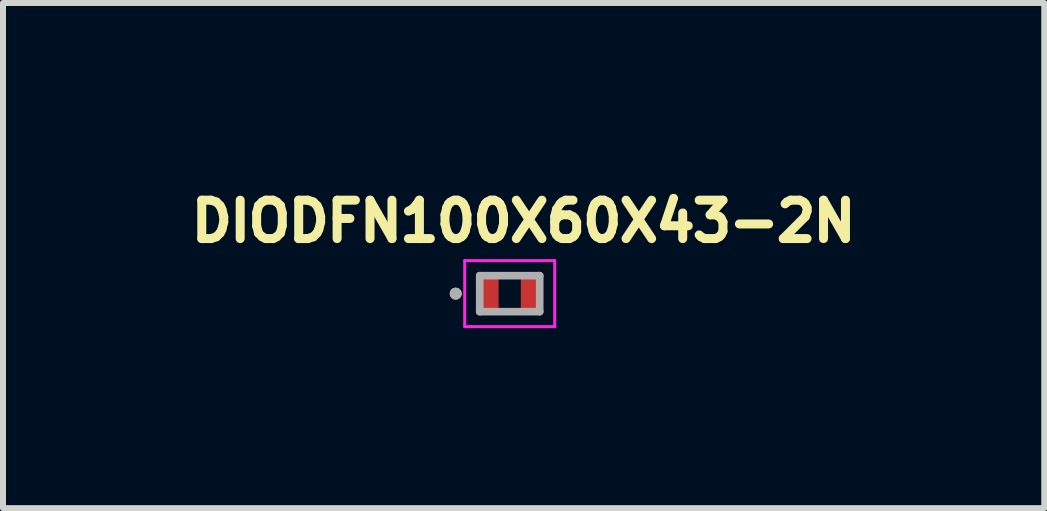
<source format=kicad_pcb>
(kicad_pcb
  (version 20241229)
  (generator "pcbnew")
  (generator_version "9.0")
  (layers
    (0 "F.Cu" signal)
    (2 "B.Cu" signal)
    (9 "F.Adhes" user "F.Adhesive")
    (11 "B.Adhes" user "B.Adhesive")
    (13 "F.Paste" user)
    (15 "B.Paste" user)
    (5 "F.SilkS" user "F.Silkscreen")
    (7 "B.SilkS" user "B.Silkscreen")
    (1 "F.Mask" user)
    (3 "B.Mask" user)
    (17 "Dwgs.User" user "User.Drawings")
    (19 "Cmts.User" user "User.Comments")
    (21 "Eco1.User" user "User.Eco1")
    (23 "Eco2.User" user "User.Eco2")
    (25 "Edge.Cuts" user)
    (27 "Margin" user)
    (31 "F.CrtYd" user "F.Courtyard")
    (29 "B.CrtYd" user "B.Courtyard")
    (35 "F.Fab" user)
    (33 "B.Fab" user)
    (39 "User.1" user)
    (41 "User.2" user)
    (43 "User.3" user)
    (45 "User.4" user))
  (footprint "DIODFN100X60X43-2N"
    (layer "F.Cu")
    (at 5.445 1.844)
    (property "Reference" "DIODFN100X60X43-2N" (at 0.232 -1.206 0) (layer "F.SilkS") (effects (font (size 0.64 0.64) (thickness 0.15))))
    (attr through_hole)
    (fp_circle (center -0.9 0) (end -0.85 0) (stroke (width 0.1) (type solid)) (fill no) (layer "F.SilkS"))
    (fp_line (start -0.75 -0.55) (end 0.75 -0.55) (stroke (width 0.05) (type solid)) (layer "F.CrtYd"))
    (fp_line (start -0.75 0.55) (end -0.75 -0.55) (stroke (width 0.05) (type solid)) (layer "F.CrtYd"))
    (fp_line (start 0.75 -0.55) (end 0.75 0.55) (stroke (width 0.05) (type solid)) (layer "F.CrtYd"))
    (fp_line (start 0.75 0.55) (end -0.75 0.55) (stroke (width 0.05) (type solid)) (layer "F.CrtYd"))
    (fp_line (start -0.5 -0.3) (end -0.5 0.3) (stroke (width 0.127) (type solid)) (layer "F.Fab"))
    (fp_line (start -0.5 -0.3) (end 0.5 -0.3) (stroke (width 0.127) (type solid)) (layer "F.Fab"))
    (fp_line (start -0.5 0.3) (end 0.5 0.3) (stroke (width 0.127) (type solid)) (layer "F.Fab"))
    (fp_line (start 0.5 -0.3) (end 0.5 0.3) (stroke (width 0.127) (type solid)) (layer "F.Fab"))
    (fp_circle (center -0.9 0) (end -0.85 0) (stroke (width 0.1) (type solid)) (fill no) (layer "F.Fab"))
    (pad "A" smd rect (at 0.325 0) (size 0.28 0.52) (layers "F.Cu" "F.Mask" "F.Paste"))
    (pad "C" smd rect (at -0.325 0) (size 0.28 0.52) (layers "F.Cu" "F.Mask" "F.Paste")))
  (gr_rect
    (start -3 -3)
    (end 14.354 5.419)
    (stroke (width 0.1) (type default))
    (fill no)
    (layer "Edge.Cuts")))
</source>
